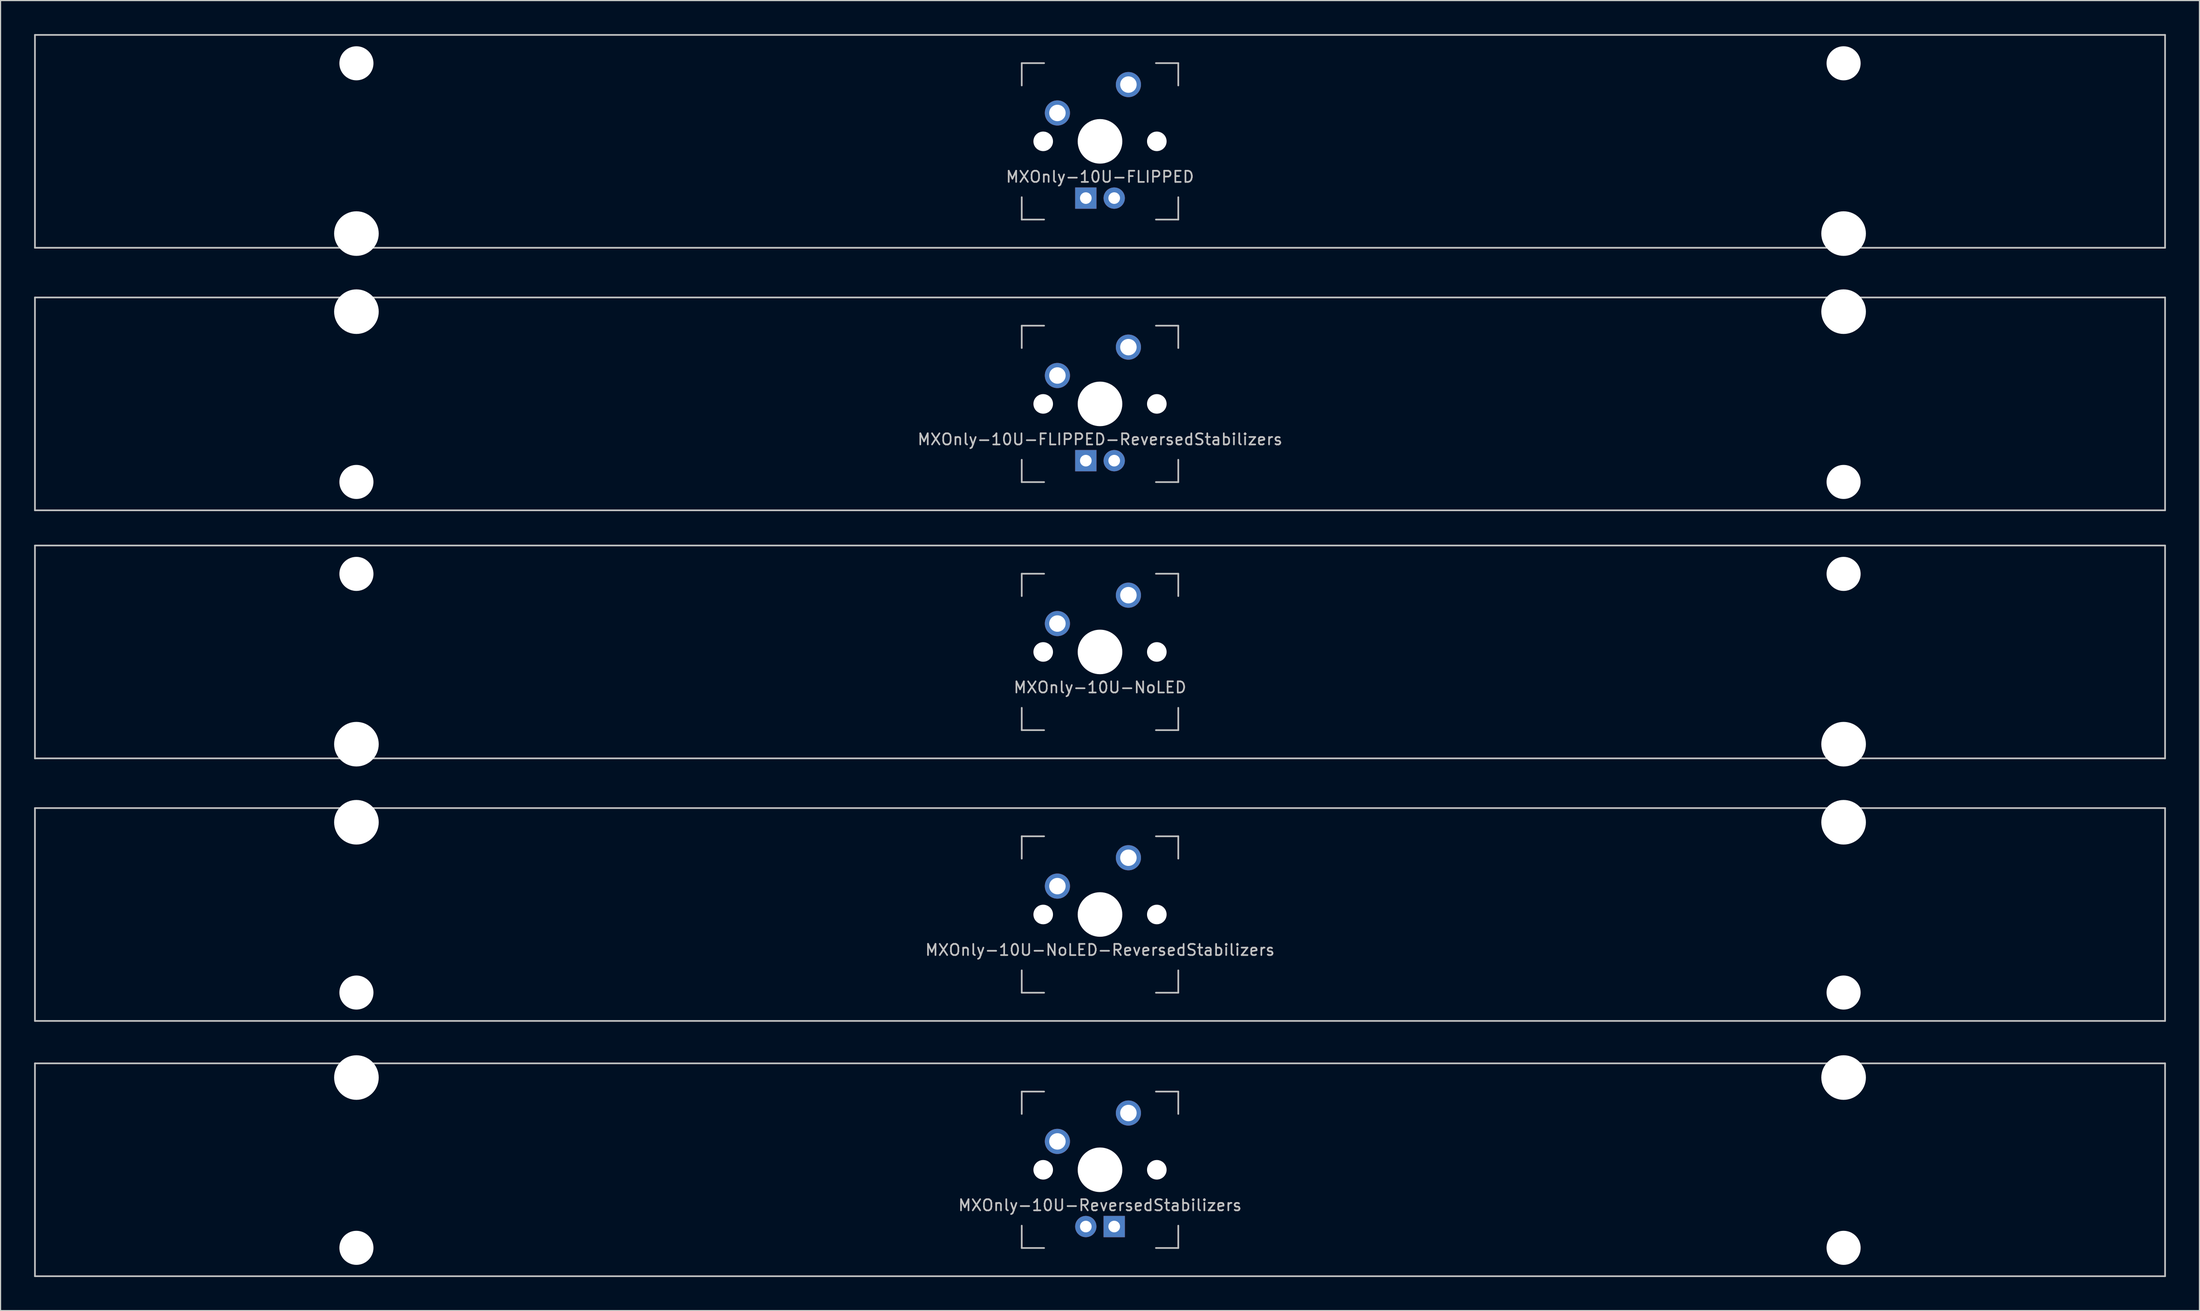
<source format=kicad_pcb>
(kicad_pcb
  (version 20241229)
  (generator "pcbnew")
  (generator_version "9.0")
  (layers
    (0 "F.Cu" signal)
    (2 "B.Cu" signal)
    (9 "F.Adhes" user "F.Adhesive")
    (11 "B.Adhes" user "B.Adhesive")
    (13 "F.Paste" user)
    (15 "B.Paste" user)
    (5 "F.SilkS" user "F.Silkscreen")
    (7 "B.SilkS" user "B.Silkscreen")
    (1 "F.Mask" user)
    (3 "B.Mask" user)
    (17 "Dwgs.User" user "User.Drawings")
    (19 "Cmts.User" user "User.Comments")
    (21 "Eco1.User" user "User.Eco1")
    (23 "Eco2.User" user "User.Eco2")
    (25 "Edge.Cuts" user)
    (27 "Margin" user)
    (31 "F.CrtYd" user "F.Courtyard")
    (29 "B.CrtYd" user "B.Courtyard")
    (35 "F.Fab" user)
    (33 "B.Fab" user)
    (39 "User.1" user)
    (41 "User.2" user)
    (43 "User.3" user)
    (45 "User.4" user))
  (footprint "MXOnly-10U-ReversedStabilizers"
    (layer "F.Cu")
    (at 95.325 101.644)
    (property "Reference" "MXOnly-10U-ReversedStabilizers" (at 0 3.175 0) (layer "Dwgs.User") (effects (font (size 1 1) (thickness 0.15))))
    (attr through_hole)
    (fp_line (start -95.25 -9.525) (end 95.25 -9.525) (stroke (width 0.15) (type solid)) (layer "Dwgs.User"))
    (fp_line (start -95.25 9.525) (end -95.25 -9.525) (stroke (width 0.15) (type solid)) (layer "Dwgs.User"))
    (fp_line (start -95.25 9.525) (end 95.25 9.525) (stroke (width 0.15) (type solid)) (layer "Dwgs.User"))
    (fp_line (start -7 -7) (end -7 -5) (stroke (width 0.15) (type solid)) (layer "Dwgs.User"))
    (fp_line (start -7 5) (end -7 7) (stroke (width 0.15) (type solid)) (layer "Dwgs.User"))
    (fp_line (start -7 7) (end -5 7) (stroke (width 0.15) (type solid)) (layer "Dwgs.User"))
    (fp_line (start -5 -7) (end -7 -7) (stroke (width 0.15) (type solid)) (layer "Dwgs.User"))
    (fp_line (start 5 -7) (end 7 -7) (stroke (width 0.15) (type solid)) (layer "Dwgs.User"))
    (fp_line (start 5 7) (end 7 7) (stroke (width 0.15) (type solid)) (layer "Dwgs.User"))
    (fp_line (start 7 -7) (end 7 -5) (stroke (width 0.15) (type solid)) (layer "Dwgs.User"))
    (fp_line (start 7 7) (end 7 5) (stroke (width 0.15) (type solid)) (layer "Dwgs.User"))
    (fp_line (start 95.25 -9.525) (end 95.25 9.525) (stroke (width 0.15) (type solid)) (layer "Dwgs.User"))
    (pad "" np_thru_hole circle (at -66.5 -8.255 180) (size 3.988 3.988) (drill 3.988) (layers "*.Cu" "*.Mask"))
    (pad "" np_thru_hole circle (at -66.5 6.985 180) (size 3.048 3.048) (drill 3.048) (layers "*.Cu" "*.Mask"))
    (pad "" np_thru_hole circle (at -5.08 0 48.1) (size 1.75 1.75) (drill 1.75) (layers "*.Cu" "*.Mask"))
    (pad "" np_thru_hole circle (at 0 0) (size 3.988 3.988) (drill 3.988) (layers "*.Cu" "*.Mask"))
    (pad "" np_thru_hole circle (at 5.08 0 48.1) (size 1.75 1.75) (drill 1.75) (layers "*.Cu" "*.Mask"))
    (pad "" np_thru_hole circle (at 66.5 -8.255 180) (size 3.988 3.988) (drill 3.988) (layers "*.Cu" "*.Mask"))
    (pad "" np_thru_hole circle (at 66.5 6.985 180) (size 3.048 3.048) (drill 3.048) (layers "*.Cu" "*.Mask"))
    (pad "1" thru_hole circle (at -3.81 -2.54) (size 2.25 2.25) (drill 1.47) (layers "*.Cu" "B.Mask"))
    (pad "2" thru_hole circle (at 2.54 -5.08) (size 2.25 2.25) (drill 1.47) (layers "*.Cu" "B.Mask"))
    (pad "3" thru_hole circle (at -1.27 5.08) (size 1.905 1.905) (drill 1.04) (layers "*.Cu" "B.Mask"))
    (pad "4" thru_hole rect (at 1.27 5.08) (size 1.905 1.905) (drill 1.04) (layers "*.Cu" "B.Mask")))
  (footprint "MXOnly-10U-NoLED-ReversedStabilizers"
    (layer "F.Cu")
    (at 95.325 78.796)
    (property "Reference" "MXOnly-10U-NoLED-ReversedStabilizers" (at 0 3.175 0) (layer "Dwgs.User") (effects (font (size 1 1) (thickness 0.15))))
    (attr through_hole)
    (fp_line (start -95.25 -9.525) (end 95.25 -9.525) (stroke (width 0.15) (type solid)) (layer "Dwgs.User"))
    (fp_line (start -95.25 9.525) (end -95.25 -9.525) (stroke (width 0.15) (type solid)) (layer "Dwgs.User"))
    (fp_line (start -95.25 9.525) (end 95.25 9.525) (stroke (width 0.15) (type solid)) (layer "Dwgs.User"))
    (fp_line (start -7 -7) (end -7 -5) (stroke (width 0.15) (type solid)) (layer "Dwgs.User"))
    (fp_line (start -7 5) (end -7 7) (stroke (width 0.15) (type solid)) (layer "Dwgs.User"))
    (fp_line (start -7 7) (end -5 7) (stroke (width 0.15) (type solid)) (layer "Dwgs.User"))
    (fp_line (start -5 -7) (end -7 -7) (stroke (width 0.15) (type solid)) (layer "Dwgs.User"))
    (fp_line (start 5 -7) (end 7 -7) (stroke (width 0.15) (type solid)) (layer "Dwgs.User"))
    (fp_line (start 5 7) (end 7 7) (stroke (width 0.15) (type solid)) (layer "Dwgs.User"))
    (fp_line (start 7 -7) (end 7 -5) (stroke (width 0.15) (type solid)) (layer "Dwgs.User"))
    (fp_line (start 7 7) (end 7 5) (stroke (width 0.15) (type solid)) (layer "Dwgs.User"))
    (fp_line (start 95.25 -9.525) (end 95.25 9.525) (stroke (width 0.15) (type solid)) (layer "Dwgs.User"))
    (pad "" np_thru_hole circle (at -66.5 -8.255 180) (size 3.988 3.988) (drill 3.988) (layers "*.Cu" "*.Mask"))
    (pad "" np_thru_hole circle (at -66.5 6.985 180) (size 3.048 3.048) (drill 3.048) (layers "*.Cu" "*.Mask"))
    (pad "" np_thru_hole circle (at -5.08 0 48.1) (size 1.75 1.75) (drill 1.75) (layers "*.Cu" "*.Mask"))
    (pad "" np_thru_hole circle (at 0 0) (size 3.988 3.988) (drill 3.988) (layers "*.Cu" "*.Mask"))
    (pad "" np_thru_hole circle (at 5.08 0 48.1) (size 1.75 1.75) (drill 1.75) (layers "*.Cu" "*.Mask"))
    (pad "" np_thru_hole circle (at 66.5 -8.255 180) (size 3.988 3.988) (drill 3.988) (layers "*.Cu" "*.Mask"))
    (pad "" np_thru_hole circle (at 66.5 6.985 180) (size 3.048 3.048) (drill 3.048) (layers "*.Cu" "*.Mask"))
    (pad "1" thru_hole circle (at -3.81 -2.54) (size 2.25 2.25) (drill 1.47) (layers "*.Cu" "B.Mask"))
    (pad "2" thru_hole circle (at 2.54 -5.08) (size 2.25 2.25) (drill 1.47) (layers "*.Cu" "B.Mask")))
  (footprint "MXOnly-10U-FLIPPED-ReversedStabilizers"
    (layer "F.Cu")
    (at 95.325 33.098)
    (property "Reference" "MXOnly-10U-FLIPPED-ReversedStabilizers" (at 0 3.175 0) (layer "Dwgs.User") (effects (font (size 1 1) (thickness 0.15))))
    (attr through_hole)
    (fp_line (start -95.25 -9.525) (end 95.25 -9.525) (stroke (width 0.15) (type solid)) (layer "Dwgs.User"))
    (fp_line (start -95.25 9.525) (end -95.25 -9.525) (stroke (width 0.15) (type solid)) (layer "Dwgs.User"))
    (fp_line (start -95.25 9.525) (end 95.25 9.525) (stroke (width 0.15) (type solid)) (layer "Dwgs.User"))
    (fp_line (start -7 -7) (end -7 -5) (stroke (width 0.15) (type solid)) (layer "Dwgs.User"))
    (fp_line (start -7 5) (end -7 7) (stroke (width 0.15) (type solid)) (layer "Dwgs.User"))
    (fp_line (start -7 7) (end -5 7) (stroke (width 0.15) (type solid)) (layer "Dwgs.User"))
    (fp_line (start -5 -7) (end -7 -7) (stroke (width 0.15) (type solid)) (layer "Dwgs.User"))
    (fp_line (start 5 -7) (end 7 -7) (stroke (width 0.15) (type solid)) (layer "Dwgs.User"))
    (fp_line (start 5 7) (end 7 7) (stroke (width 0.15) (type solid)) (layer "Dwgs.User"))
    (fp_line (start 7 -7) (end 7 -5) (stroke (width 0.15) (type solid)) (layer "Dwgs.User"))
    (fp_line (start 7 7) (end 7 5) (stroke (width 0.15) (type solid)) (layer "Dwgs.User"))
    (fp_line (start 95.25 -9.525) (end 95.25 9.525) (stroke (width 0.15) (type solid)) (layer "Dwgs.User"))
    (pad "" np_thru_hole circle (at -66.5 -8.255 180) (size 3.988 3.988) (drill 3.988) (layers "*.Cu" "*.Mask"))
    (pad "" np_thru_hole circle (at -66.5 6.985 180) (size 3.048 3.048) (drill 3.048) (layers "*.Cu" "*.Mask"))
    (pad "" np_thru_hole circle (at -5.08 0 48.1) (size 1.75 1.75) (drill 1.75) (layers "*.Cu" "*.Mask"))
    (pad "" np_thru_hole circle (at 0 0) (size 3.988 3.988) (drill 3.988) (layers "*.Cu" "*.Mask"))
    (pad "" np_thru_hole circle (at 5.08 0 48.1) (size 1.75 1.75) (drill 1.75) (layers "*.Cu" "*.Mask"))
    (pad "" np_thru_hole circle (at 66.5 -8.255 180) (size 3.988 3.988) (drill 3.988) (layers "*.Cu" "*.Mask"))
    (pad "" np_thru_hole circle (at 66.5 6.985 180) (size 3.048 3.048) (drill 3.048) (layers "*.Cu" "*.Mask"))
    (pad "1" thru_hole circle (at -3.81 -2.54) (size 2.25 2.25) (drill 1.47) (layers "*.Cu" "B.Mask"))
    (pad "2" thru_hole circle (at 2.54 -5.08) (size 2.25 2.25) (drill 1.47) (layers "*.Cu" "B.Mask"))
    (pad "3" thru_hole circle (at 1.27 5.08) (size 1.905 1.905) (drill 1.04) (layers "*.Cu" "B.Mask"))
    (pad "4" thru_hole rect (at -1.27 5.08) (size 1.905 1.905) (drill 1.04) (layers "*.Cu" "B.Mask")))
  (footprint "MXOnly-10U-FLIPPED"
    (layer "F.Cu")
    (at 95.325 9.6)
    (property "Reference" "MXOnly-10U-FLIPPED" (at 0 3.175 0) (layer "Dwgs.User") (effects (font (size 1 1) (thickness 0.15))))
    (attr through_hole)
    (fp_line (start -95.25 -9.525) (end 95.25 -9.525) (stroke (width 0.15) (type solid)) (layer "Dwgs.User"))
    (fp_line (start -95.25 9.525) (end -95.25 -9.525) (stroke (width 0.15) (type solid)) (layer "Dwgs.User"))
    (fp_line (start -95.25 9.525) (end 95.25 9.525) (stroke (width 0.15) (type solid)) (layer "Dwgs.User"))
    (fp_line (start -7 -7) (end -7 -5) (stroke (width 0.15) (type solid)) (layer "Dwgs.User"))
    (fp_line (start -7 5) (end -7 7) (stroke (width 0.15) (type solid)) (layer "Dwgs.User"))
    (fp_line (start -7 7) (end -5 7) (stroke (width 0.15) (type solid)) (layer "Dwgs.User"))
    (fp_line (start -5 -7) (end -7 -7) (stroke (width 0.15) (type solid)) (layer "Dwgs.User"))
    (fp_line (start 5 -7) (end 7 -7) (stroke (width 0.15) (type solid)) (layer "Dwgs.User"))
    (fp_line (start 5 7) (end 7 7) (stroke (width 0.15) (type solid)) (layer "Dwgs.User"))
    (fp_line (start 7 -7) (end 7 -5) (stroke (width 0.15) (type solid)) (layer "Dwgs.User"))
    (fp_line (start 7 7) (end 7 5) (stroke (width 0.15) (type solid)) (layer "Dwgs.User"))
    (fp_line (start 95.25 -9.525) (end 95.25 9.525) (stroke (width 0.15) (type solid)) (layer "Dwgs.User"))
    (pad "" np_thru_hole circle (at -66.5 -6.985) (size 3.048 3.048) (drill 3.048) (layers "*.Cu" "*.Mask"))
    (pad "" np_thru_hole circle (at -66.5 8.255) (size 3.988 3.988) (drill 3.988) (layers "*.Cu" "*.Mask"))
    (pad "" np_thru_hole circle (at -5.08 0 48.1) (size 1.75 1.75) (drill 1.75) (layers "*.Cu" "*.Mask"))
    (pad "" np_thru_hole circle (at 0 0) (size 3.988 3.988) (drill 3.988) (layers "*.Cu" "*.Mask"))
    (pad "" np_thru_hole circle (at 5.08 0 48.1) (size 1.75 1.75) (drill 1.75) (layers "*.Cu" "*.Mask"))
    (pad "" np_thru_hole circle (at 66.5 -6.985) (size 3.048 3.048) (drill 3.048) (layers "*.Cu" "*.Mask"))
    (pad "" np_thru_hole circle (at 66.5 8.255) (size 3.988 3.988) (drill 3.988) (layers "*.Cu" "*.Mask"))
    (pad "1" thru_hole circle (at -3.81 -2.54) (size 2.25 2.25) (drill 1.47) (layers "*.Cu" "B.Mask"))
    (pad "2" thru_hole circle (at 2.54 -5.08) (size 2.25 2.25) (drill 1.47) (layers "*.Cu" "B.Mask"))
    (pad "3" thru_hole circle (at 1.27 5.08) (size 1.905 1.905) (drill 1.04) (layers "*.Cu" "B.Mask"))
    (pad "4" thru_hole rect (at -1.27 5.08) (size 1.905 1.905) (drill 1.04) (layers "*.Cu" "B.Mask")))
  (footprint "MXOnly-10U-NoLED"
    (layer "F.Cu")
    (at 95.325 55.298)
    (property "Reference" "MXOnly-10U-NoLED" (at 0 3.175 0) (layer "Dwgs.User") (effects (font (size 1 1) (thickness 0.15))))
    (attr through_hole)
    (fp_line (start -95.25 -9.525) (end 95.25 -9.525) (stroke (width 0.15) (type solid)) (layer "Dwgs.User"))
    (fp_line (start -95.25 9.525) (end -95.25 -9.525) (stroke (width 0.15) (type solid)) (layer "Dwgs.User"))
    (fp_line (start -95.25 9.525) (end 95.25 9.525) (stroke (width 0.15) (type solid)) (layer "Dwgs.User"))
    (fp_line (start -7 -7) (end -7 -5) (stroke (width 0.15) (type solid)) (layer "Dwgs.User"))
    (fp_line (start -7 5) (end -7 7) (stroke (width 0.15) (type solid)) (layer "Dwgs.User"))
    (fp_line (start -7 7) (end -5 7) (stroke (width 0.15) (type solid)) (layer "Dwgs.User"))
    (fp_line (start -5 -7) (end -7 -7) (stroke (width 0.15) (type solid)) (layer "Dwgs.User"))
    (fp_line (start 5 -7) (end 7 -7) (stroke (width 0.15) (type solid)) (layer "Dwgs.User"))
    (fp_line (start 5 7) (end 7 7) (stroke (width 0.15) (type solid)) (layer "Dwgs.User"))
    (fp_line (start 7 -7) (end 7 -5) (stroke (width 0.15) (type solid)) (layer "Dwgs.User"))
    (fp_line (start 7 7) (end 7 5) (stroke (width 0.15) (type solid)) (layer "Dwgs.User"))
    (fp_line (start 95.25 -9.525) (end 95.25 9.525) (stroke (width 0.15) (type solid)) (layer "Dwgs.User"))
    (pad "" np_thru_hole circle (at -66.5 -6.985) (size 3.048 3.048) (drill 3.048) (layers "*.Cu" "*.Mask"))
    (pad "" np_thru_hole circle (at -66.5 8.255) (size 3.988 3.988) (drill 3.988) (layers "*.Cu" "*.Mask"))
    (pad "" np_thru_hole circle (at -5.08 0 48.1) (size 1.75 1.75) (drill 1.75) (layers "*.Cu" "*.Mask"))
    (pad "" np_thru_hole circle (at 0 0) (size 3.988 3.988) (drill 3.988) (layers "*.Cu" "*.Mask"))
    (pad "" np_thru_hole circle (at 5.08 0 48.1) (size 1.75 1.75) (drill 1.75) (layers "*.Cu" "*.Mask"))
    (pad "" np_thru_hole circle (at 66.5 -6.985) (size 3.048 3.048) (drill 3.048) (layers "*.Cu" "*.Mask"))
    (pad "" np_thru_hole circle (at 66.5 8.255) (size 3.988 3.988) (drill 3.988) (layers "*.Cu" "*.Mask"))
    (pad "1" thru_hole circle (at -3.81 -2.54) (size 2.25 2.25) (drill 1.47) (layers "*.Cu" "B.Mask"))
    (pad "2" thru_hole circle (at 2.54 -5.08) (size 2.25 2.25) (drill 1.47) (layers "*.Cu" "B.Mask")))
  (gr_rect
    (start -3 -3)
    (end 193.65 114.245)
    (stroke (width 0.1) (type default))
    (fill no)
    (layer "Edge.Cuts")))
</source>
